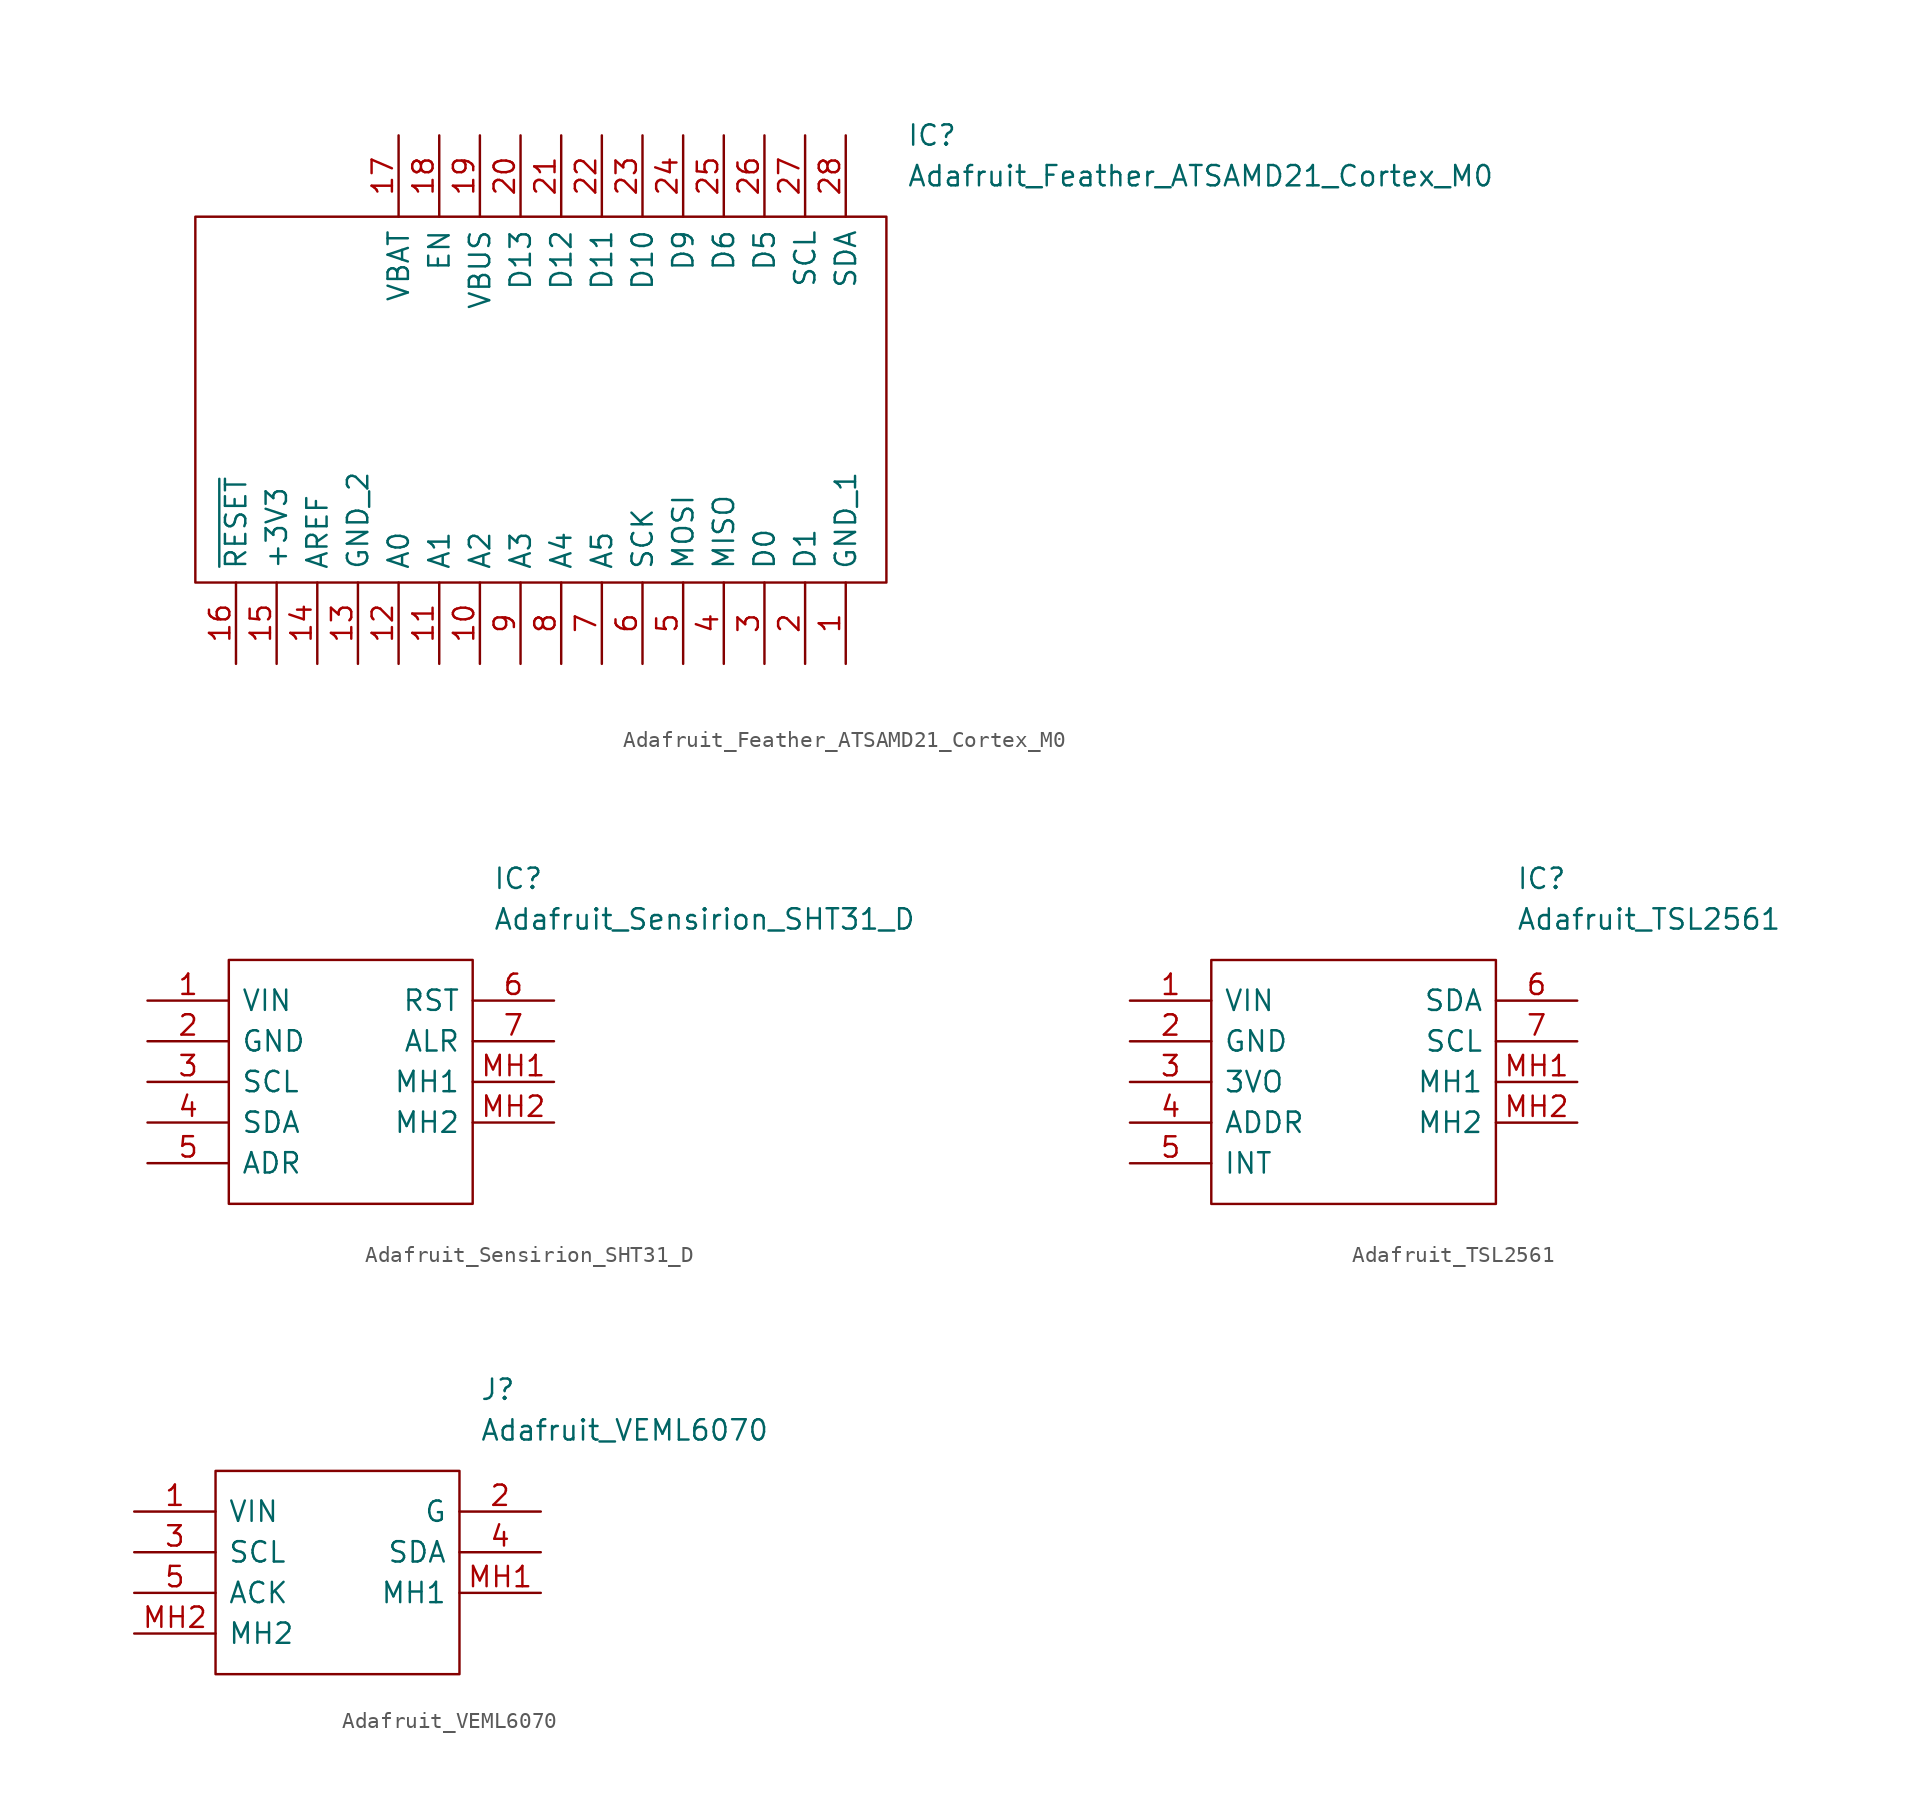
<source format=kicad_sym>
(kicad_symbol_lib
  (version 20201005)
  (generator kicad_symbol_editor)
  (symbol "Zimprich_neu:Adafruit_Feather_ATSAMD21_Cortex_M0"
    (pin_names
      (offset 0.762))
    (property "Reference" "IC"
      (at 41.91 0 0)
      (effects (font (size 1.27 1.27)) (justify left)))
    (property "Value" "Adafruit_Feather_ATSAMD21_Cortex_M0"
      (at 41.91 -2.54 0)
      (effects (font (size 1.27 1.27)) (justify left)))
    (symbol "Adafruit_Feather_ATSAMD21_Cortex_M0_0_1"
      (polyline (pts (xy -2.54 -5.08) (xy 40.64 -5.08) (xy 40.64 -27.94) (xy -2.54 -27.94) (xy -2.54 -5.08)) (stroke (width 0.152)) (fill (type none))))
    (symbol "Adafruit_Feather_ATSAMD21_Cortex_M0_0_0"
      (pin bidirectional line (at 38.1 -33.02 90) (length 5.08) (name "GND_1" (effects (font (size 1.27 1.27)))) (number "1" (effects (font (size 1.27 1.27)))))
      (pin bidirectional line (at 15.24 -33.02 90) (length 5.08) (name "A2" (effects (font (size 1.27 1.27)))) (number "10" (effects (font (size 1.27 1.27)))))
      (pin bidirectional line (at 12.7 -33.02 90) (length 5.08) (name "A1" (effects (font (size 1.27 1.27)))) (number "11" (effects (font (size 1.27 1.27)))))
      (pin bidirectional line (at 10.16 -33.02 90) (length 5.08) (name "A0" (effects (font (size 1.27 1.27)))) (number "12" (effects (font (size 1.27 1.27)))))
      (pin bidirectional line (at 7.62 -33.02 90) (length 5.08) (name "GND_2" (effects (font (size 1.27 1.27)))) (number "13" (effects (font (size 1.27 1.27)))))
      (pin bidirectional line (at 5.08 -33.02 90) (length 5.08) (name "AREF" (effects (font (size 1.27 1.27)))) (number "14" (effects (font (size 1.27 1.27)))))
      (pin bidirectional line (at 2.54 -33.02 90) (length 5.08) (name "+3V3" (effects (font (size 1.27 1.27)))) (number "15" (effects (font (size 1.27 1.27)))))
      (pin bidirectional line (at 0 -33.02 90) (length 5.08) (name "~RESET" (effects (font (size 1.27 1.27)))) (number "16" (effects (font (size 1.27 1.27)))))
      (pin bidirectional line (at 10.16 0 270) (length 5.08) (name "VBAT" (effects (font (size 1.27 1.27)))) (number "17" (effects (font (size 1.27 1.27)))))
      (pin bidirectional line (at 12.7 0 270) (length 5.08) (name "EN" (effects (font (size 1.27 1.27)))) (number "18" (effects (font (size 1.27 1.27)))))
      (pin bidirectional line (at 15.24 0 270) (length 5.08) (name "VBUS" (effects (font (size 1.27 1.27)))) (number "19" (effects (font (size 1.27 1.27)))))
      (pin bidirectional line (at 35.56 -33.02 90) (length 5.08) (name "D1" (effects (font (size 1.27 1.27)))) (number "2" (effects (font (size 1.27 1.27)))))
      (pin bidirectional line (at 17.78 0 270) (length 5.08) (name "D13" (effects (font (size 1.27 1.27)))) (number "20" (effects (font (size 1.27 1.27)))))
      (pin bidirectional line (at 20.32 0 270) (length 5.08) (name "D12" (effects (font (size 1.27 1.27)))) (number "21" (effects (font (size 1.27 1.27)))))
      (pin bidirectional line (at 22.86 0 270) (length 5.08) (name "D11" (effects (font (size 1.27 1.27)))) (number "22" (effects (font (size 1.27 1.27)))))
      (pin bidirectional line (at 25.4 0 270) (length 5.08) (name "D10" (effects (font (size 1.27 1.27)))) (number "23" (effects (font (size 1.27 1.27)))))
      (pin bidirectional line (at 27.94 0 270) (length 5.08) (name "D9" (effects (font (size 1.27 1.27)))) (number "24" (effects (font (size 1.27 1.27)))))
      (pin bidirectional line (at 30.48 0 270) (length 5.08) (name "D6" (effects (font (size 1.27 1.27)))) (number "25" (effects (font (size 1.27 1.27)))))
      (pin bidirectional line (at 33.02 0 270) (length 5.08) (name "D5" (effects (font (size 1.27 1.27)))) (number "26" (effects (font (size 1.27 1.27)))))
      (pin bidirectional line (at 35.56 0 270) (length 5.08) (name "SCL" (effects (font (size 1.27 1.27)))) (number "27" (effects (font (size 1.27 1.27)))))
      (pin bidirectional line (at 38.1 0 270) (length 5.08) (name "SDA" (effects (font (size 1.27 1.27)))) (number "28" (effects (font (size 1.27 1.27)))))
      (pin bidirectional line (at 33.02 -33.02 90) (length 5.08) (name "D0" (effects (font (size 1.27 1.27)))) (number "3" (effects (font (size 1.27 1.27)))))
      (pin bidirectional line (at 30.48 -33.02 90) (length 5.08) (name "MISO" (effects (font (size 1.27 1.27)))) (number "4" (effects (font (size 1.27 1.27)))))
      (pin bidirectional line (at 27.94 -33.02 90) (length 5.08) (name "MOSI" (effects (font (size 1.27 1.27)))) (number "5" (effects (font (size 1.27 1.27)))))
      (pin bidirectional line (at 25.4 -33.02 90) (length 5.08) (name "SCK" (effects (font (size 1.27 1.27)))) (number "6" (effects (font (size 1.27 1.27)))))
      (pin bidirectional line (at 22.86 -33.02 90) (length 5.08) (name "A5" (effects (font (size 1.27 1.27)))) (number "7" (effects (font (size 1.27 1.27)))))
      (pin bidirectional line (at 20.32 -33.02 90) (length 5.08) (name "A4" (effects (font (size 1.27 1.27)))) (number "8" (effects (font (size 1.27 1.27)))))
      (pin bidirectional line (at 17.78 -33.02 90) (length 5.08) (name "A3" (effects (font (size 1.27 1.27)))) (number "9" (effects (font (size 1.27 1.27)))))))
  (symbol "Zimprich_neu:Adafruit_Sensirion_SHT31_D"
    (pin_names
      (offset 0.762))
    (property "Reference" "IC"
      (at 21.59 7.62 0)
      (effects (font (size 1.27 1.27)) (justify left)))
    (property "Value" "Adafruit_Sensirion_SHT31_D"
      (at 21.59 5.08 0)
      (effects (font (size 1.27 1.27)) (justify left)))
    (symbol "Adafruit_Sensirion_SHT31_D_0_1"
      (polyline (pts (xy 5.08 2.54) (xy 20.32 2.54) (xy 20.32 -12.7) (xy 5.08 -12.7) (xy 5.08 2.54)) (stroke (width 0.152)) (fill (type none))))
    (symbol "Adafruit_Sensirion_SHT31_D_0_0"
      (pin bidirectional line (at 0 0 0) (length 5.08) (name "VIN" (effects (font (size 1.27 1.27)))) (number "1" (effects (font (size 1.27 1.27)))))
      (pin bidirectional line (at 0 -2.54 0) (length 5.08) (name "GND" (effects (font (size 1.27 1.27)))) (number "2" (effects (font (size 1.27 1.27)))))
      (pin bidirectional line (at 0 -5.08 0) (length 5.08) (name "SCL" (effects (font (size 1.27 1.27)))) (number "3" (effects (font (size 1.27 1.27)))))
      (pin bidirectional line (at 0 -7.62 0) (length 5.08) (name "SDA" (effects (font (size 1.27 1.27)))) (number "4" (effects (font (size 1.27 1.27)))))
      (pin bidirectional line (at 0 -10.16 0) (length 5.08) (name "ADR" (effects (font (size 1.27 1.27)))) (number "5" (effects (font (size 1.27 1.27)))))
      (pin bidirectional line (at 25.4 0 180) (length 5.08) (name "RST" (effects (font (size 1.27 1.27)))) (number "6" (effects (font (size 1.27 1.27)))))
      (pin bidirectional line (at 25.4 -2.54 180) (length 5.08) (name "ALR" (effects (font (size 1.27 1.27)))) (number "7" (effects (font (size 1.27 1.27)))))
      (pin bidirectional line (at 25.4 -5.08 180) (length 5.08) (name "MH1" (effects (font (size 1.27 1.27)))) (number "MH1" (effects (font (size 1.27 1.27)))))
      (pin bidirectional line (at 25.4 -7.62 180) (length 5.08) (name "MH2" (effects (font (size 1.27 1.27)))) (number "MH2" (effects (font (size 1.27 1.27)))))))
  (symbol "Zimprich_neu:Adafruit_TSL2561"
    (pin_names
      (offset 0.762))
    (property "Reference" "IC"
      (at 24.13 7.62 0)
      (effects (font (size 1.27 1.27)) (justify left)))
    (property "Value" "Adafruit_TSL2561"
      (at 24.13 5.08 0)
      (effects (font (size 1.27 1.27)) (justify left)))
    (symbol "Adafruit_TSL2561_0_1"
      (polyline (pts (xy 5.08 2.54) (xy 22.86 2.54) (xy 22.86 -12.7) (xy 5.08 -12.7) (xy 5.08 2.54)) (stroke (width 0.152)) (fill (type none))))
    (symbol "Adafruit_TSL2561_0_0"
      (pin unspecified line (at 0 0 0) (length 5.08) (name "VIN" (effects (font (size 1.27 1.27)))) (number "1" (effects (font (size 1.27 1.27)))))
      (pin unspecified line (at 0 -2.54 0) (length 5.08) (name "GND" (effects (font (size 1.27 1.27)))) (number "2" (effects (font (size 1.27 1.27)))))
      (pin unspecified line (at 0 -5.08 0) (length 5.08) (name "3VO" (effects (font (size 1.27 1.27)))) (number "3" (effects (font (size 1.27 1.27)))))
      (pin unspecified line (at 0 -7.62 0) (length 5.08) (name "ADDR" (effects (font (size 1.27 1.27)))) (number "4" (effects (font (size 1.27 1.27)))))
      (pin unspecified line (at 0 -10.16 0) (length 5.08) (name "INT" (effects (font (size 1.27 1.27)))) (number "5" (effects (font (size 1.27 1.27)))))
      (pin unspecified line (at 27.94 0 180) (length 5.08) (name "SDA" (effects (font (size 1.27 1.27)))) (number "6" (effects (font (size 1.27 1.27)))))
      (pin unspecified line (at 27.94 -2.54 180) (length 5.08) (name "SCL" (effects (font (size 1.27 1.27)))) (number "7" (effects (font (size 1.27 1.27)))))
      (pin unspecified line (at 27.94 -5.08 180) (length 5.08) (name "MH1" (effects (font (size 1.27 1.27)))) (number "MH1" (effects (font (size 1.27 1.27)))))
      (pin unspecified line (at 27.94 -7.62 180) (length 5.08) (name "MH2" (effects (font (size 1.27 1.27)))) (number "MH2" (effects (font (size 1.27 1.27)))))))
  (symbol "Zimprich_neu:Adafruit_VEML6070"
    (pin_names
      (offset 0.762))
    (property "Reference" "J"
      (at 21.59 7.62 0)
      (effects (font (size 1.27 1.27)) (justify left)))
    (property "Value" "Adafruit_VEML6070"
      (at 21.59 5.08 0)
      (effects (font (size 1.27 1.27)) (justify left)))
    (symbol "Adafruit_VEML6070_0_1"
      (polyline (pts (xy 5.08 2.54) (xy 20.32 2.54) (xy 20.32 -10.16) (xy 5.08 -10.16) (xy 5.08 2.54)) (stroke (width 0.152)) (fill (type none))))
    (symbol "Adafruit_VEML6070_0_0"
      (pin bidirectional line (at 0 0 0) (length 5.08) (name "VIN" (effects (font (size 1.27 1.27)))) (number "1" (effects (font (size 1.27 1.27)))))
      (pin bidirectional line (at 25.4 0 180) (length 5.08) (name "G" (effects (font (size 1.27 1.27)))) (number "2" (effects (font (size 1.27 1.27)))))
      (pin bidirectional line (at 0 -2.54 0) (length 5.08) (name "SCL" (effects (font (size 1.27 1.27)))) (number "3" (effects (font (size 1.27 1.27)))))
      (pin bidirectional line (at 25.4 -2.54 180) (length 5.08) (name "SDA" (effects (font (size 1.27 1.27)))) (number "4" (effects (font (size 1.27 1.27)))))
      (pin bidirectional line (at 0 -5.08 0) (length 5.08) (name "ACK" (effects (font (size 1.27 1.27)))) (number "5" (effects (font (size 1.27 1.27)))))
      (pin bidirectional line (at 25.4 -5.08 180) (length 5.08) (name "MH1" (effects (font (size 1.27 1.27)))) (number "MH1" (effects (font (size 1.27 1.27)))))
      (pin bidirectional line (at 0 -7.62 0) (length 5.08) (name "MH2" (effects (font (size 1.27 1.27)))) (number "MH2" (effects (font (size 1.27 1.27))))))))
</source>
